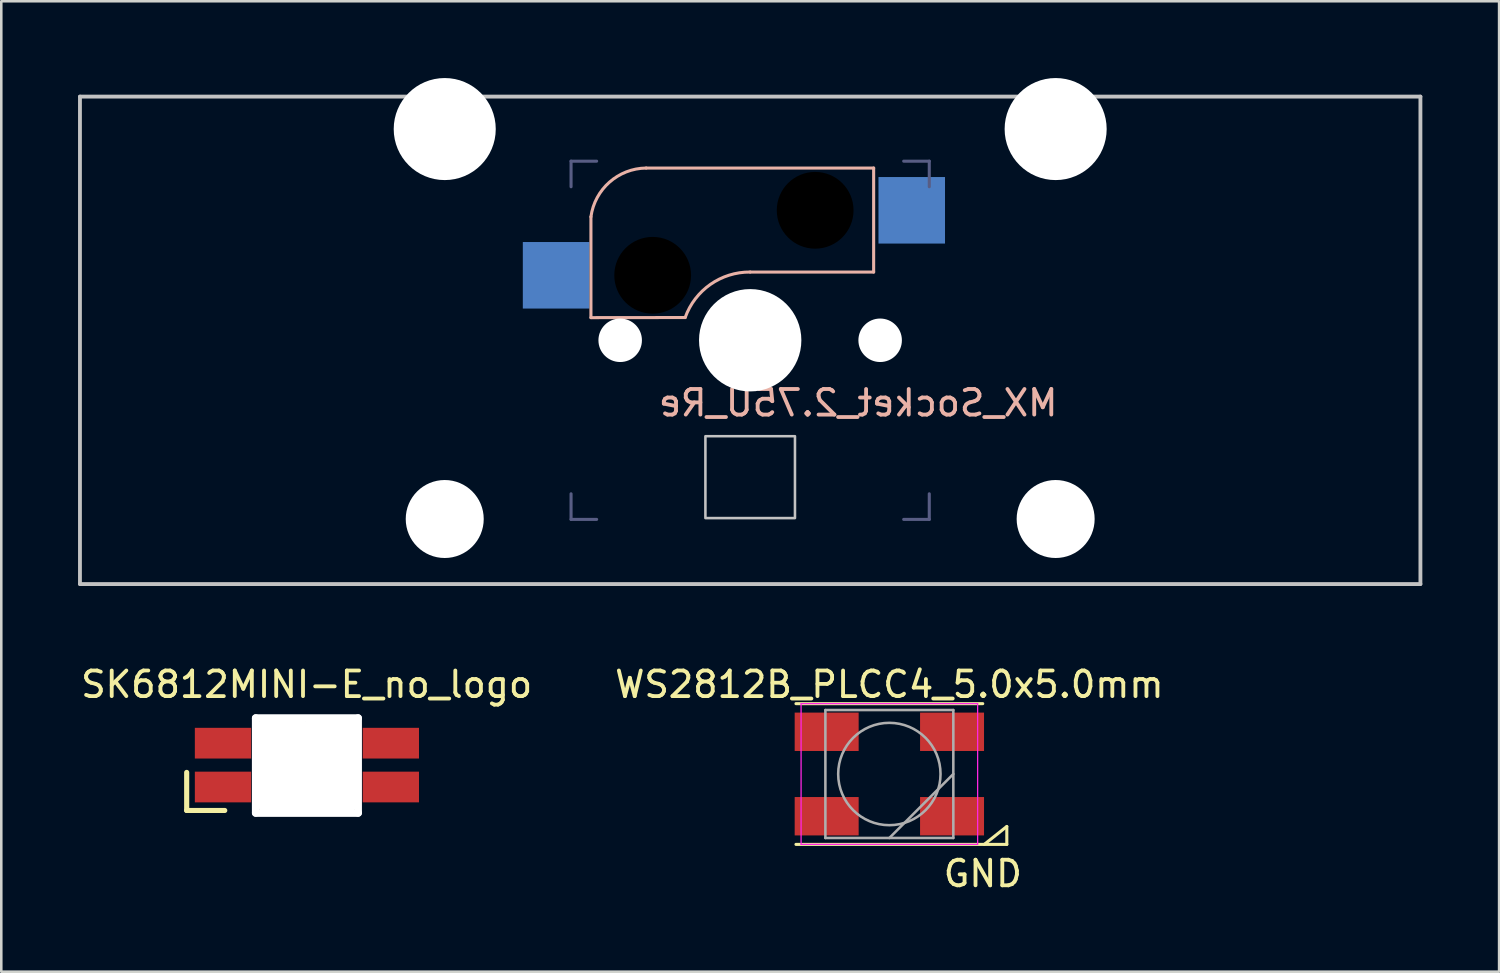
<source format=kicad_pcb>
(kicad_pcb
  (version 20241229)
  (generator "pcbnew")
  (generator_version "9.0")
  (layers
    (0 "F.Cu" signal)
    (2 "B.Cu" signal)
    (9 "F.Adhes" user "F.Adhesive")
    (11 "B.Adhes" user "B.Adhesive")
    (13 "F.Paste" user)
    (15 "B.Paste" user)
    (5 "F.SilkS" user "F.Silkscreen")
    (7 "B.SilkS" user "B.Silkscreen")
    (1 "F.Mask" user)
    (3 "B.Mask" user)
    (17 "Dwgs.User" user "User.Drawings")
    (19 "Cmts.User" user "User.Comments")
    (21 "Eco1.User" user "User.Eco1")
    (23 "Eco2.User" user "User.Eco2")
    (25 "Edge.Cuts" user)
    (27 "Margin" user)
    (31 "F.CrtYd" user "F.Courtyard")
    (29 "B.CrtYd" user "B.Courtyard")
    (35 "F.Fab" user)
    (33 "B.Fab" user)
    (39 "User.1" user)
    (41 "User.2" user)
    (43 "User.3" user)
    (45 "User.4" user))
  (footprint "MX_Socket_2.75U_Re"
    (layer "F.Cu")
    (at 26.269 10.248)
    (property "Reference" "MX_Socket_2.75U_Re" (at 4.22 2.45 0) (unlocked yes) (layer "B.SilkS") (effects (font (size 1 1) (thickness 0.15)) (justify mirror)))
    (attr smd)
    (fp_line (start -6.224 -0.884) (end -6.224 -4.825) (stroke (width 0.12) (type solid)) (layer "B.SilkS"))
    (fp_line (start -6.224 -0.884) (end -2.541 -0.888) (stroke (width 0.12) (type solid)) (layer "B.SilkS"))
    (fp_line (start -0.001 -2.666) (end 4.825 -2.666) (stroke (width 0.12) (type solid)) (layer "B.SilkS"))
    (fp_line (start 4.825 -6.73) (end -4.065 -6.73) (stroke (width 0.12) (type solid)) (layer "B.SilkS"))
    (fp_line (start 4.825 -2.666) (end 4.825 -6.73) (stroke (width 0.12) (type solid)) (layer "B.SilkS"))
    (fp_arc (start -6.224082 -4.825261) (mid -5.498787 -6.179195) (end -4.065082 -6.730261) (stroke (width 0.12) (type solid)) (layer "B.SilkS"))
    (fp_arc (start -2.541082 -0.888261) (mid -1.554773 -2.182533) (end -0.001082 -2.666261) (stroke (width 0.12) (type solid)) (layer "B.SilkS"))
    (fp_line (start -26.194 -9.522) (end 26.194 -9.522) (stroke (width 0.15) (type solid)) (layer "Dwgs.User"))
    (fp_line (start -26.194 9.528) (end -26.194 -9.522) (stroke (width 0.15) (type solid)) (layer "Dwgs.User"))
    (fp_line (start 26.194 -9.522) (end 26.194 9.528) (stroke (width 0.15) (type solid)) (layer "Dwgs.User"))
    (fp_line (start 26.194 9.528) (end -26.194 9.528) (stroke (width 0.15) (type solid)) (layer "Dwgs.User"))
    (fp_rect (start -1.75 3.75) (end 1.75 6.95) (stroke (width 0.1) (type default)) (fill no) (layer "Dwgs.User"))
    (fp_line (start -7.001 -6.999) (end -6.001 -6.999) (stroke (width 0.12) (type solid)) (layer "B.Fab"))
    (fp_line (start -7.001 -5.999) (end -7.001 -6.999) (stroke (width 0.12) (type solid)) (layer "B.Fab"))
    (fp_line (start -7.001 6.001) (end -7.001 7.001) (stroke (width 0.12) (type solid)) (layer "B.Fab"))
    (fp_line (start -7.001 7.001) (end -6.001 7.001) (stroke (width 0.12) (type solid)) (layer "B.Fab"))
    (fp_line (start 5.999 7.001) (end 6.999 7.001) (stroke (width 0.12) (type solid)) (layer "B.Fab"))
    (fp_line (start 6.999 -6.999) (end 5.999 -6.999) (stroke (width 0.12) (type solid)) (layer "B.Fab"))
    (fp_line (start 6.999 -6.999) (end 6.999 -5.999) (stroke (width 0.12) (type solid)) (layer "B.Fab"))
    (fp_line (start 6.999 7.001) (end 6.999 6.001) (stroke (width 0.12) (type solid)) (layer "B.Fab"))
    (pad "" np_thru_hole circle (at -11.938 -8.254) (size 3.988 3.988) (drill 3.988) (layers "*.Cu" "*.Mask"))
    (pad "" np_thru_hole circle (at -11.938 6.986) (size 3.048 3.048) (drill 3.048) (layers "*.Cu" "*.Mask"))
    (pad "" np_thru_hole circle (at -5.081 0.001 90) (size 1.7 1.7) (drill 1.7) (layers "*.Cu" "*.Mask"))
    (pad "" np_thru_hole circle (at -3.811 -2.539 180) (size 3 3) (drill 3) (layers "*.Mask"))
    (pad "" np_thru_hole circle (at 0 0 270) (size 4 4) (drill 4) (layers "*.Cu" "*.Mask"))
    (pad "" np_thru_hole circle (at 2.539 -5.079 180) (size 3 3) (drill 3) (layers "*.Mask"))
    (pad "" np_thru_hole circle (at 5.079 0.001 90) (size 1.7 1.7) (drill 1.7) (layers "*.Cu" "*.Mask"))
    (pad "" np_thru_hole circle (at 11.938 -8.254) (size 3.988 3.988) (drill 3.988) (layers "*.Cu" "*.Mask"))
    (pad "" np_thru_hole circle (at 11.938 6.986) (size 3.048 3.048) (drill 3.048) (layers "*.Cu" "*.Mask"))
    (pad "1" smd rect (at 6.314 -5.079 180) (size 2.6 2.6) (layers "B.Cu" "B.Mask" "B.Paste"))
    (pad "2" smd rect (at -7.586 -2.539 180) (size 2.6 2.6) (layers "B.Cu" "B.Mask" "B.Paste")))
  (footprint "WS2812B_PLCC4_5.0x5.0mm"
    (layer "F.Cu")
    (at 31.708 27.2)
    (property "Reference" "WS2812B_PLCC4_5.0x5.0mm" (at 0 -3.5 0) (layer "F.SilkS") (effects (font (size 1 1) (thickness 0.15))))
    (attr smd)
    (fp_line (start -3.65 -2.75) (end 3.65 -2.75) (stroke (width 0.12) (type solid)) (layer "F.SilkS"))
    (fp_line (start -3.65 2.75) (end 4.59 2.75) (stroke (width 0.12) (type solid)) (layer "F.SilkS"))
    (fp_line (start 4.59 2.05) (end 3.71 2.75) (stroke (width 0.12) (type default)) (layer "F.SilkS"))
    (fp_line (start 4.59 2.75) (end 4.59 2.06) (stroke (width 0.12) (type solid)) (layer "F.SilkS"))
    (fp_line (start -3.45 -2.75) (end -3.45 2.75) (stroke (width 0.05) (type solid)) (layer "F.CrtYd"))
    (fp_line (start -3.45 2.75) (end 3.45 2.75) (stroke (width 0.05) (type solid)) (layer "F.CrtYd"))
    (fp_line (start 3.45 -2.75) (end -3.45 -2.75) (stroke (width 0.05) (type solid)) (layer "F.CrtYd"))
    (fp_line (start 3.45 2.75) (end 3.45 -2.75) (stroke (width 0.05) (type solid)) (layer "F.CrtYd"))
    (fp_line (start -2.5 -2.5) (end -2.5 2.5) (stroke (width 0.1) (type solid)) (layer "F.Fab"))
    (fp_line (start -2.5 2.5) (end 2.5 2.5) (stroke (width 0.1) (type solid)) (layer "F.Fab"))
    (fp_line (start 2.5 -2.5) (end -2.5 -2.5) (stroke (width 0.1) (type solid)) (layer "F.Fab"))
    (fp_line (start 2.5 0) (end 0 2.5) (stroke (width 0.1) (type solid)) (layer "F.Fab"))
    (fp_line (start 2.5 2.5) (end 2.5 -2.5) (stroke (width 0.1) (type solid)) (layer "F.Fab"))
    (fp_circle (center 0 0) (end 0 -2) (stroke (width 0.1) (type solid)) (fill no) (layer "F.Fab"))
    (fp_text user "GND" (at 2.03 4.48 0) (layer "F.SilkS") (effects (font (size 1 1) (thickness 0.15)) (justify left bottom)))
    (pad "1" smd rect (at -2.45 -1.65) (size 2.5 1.5) (layers "F.Cu" "F.Mask" "F.Paste"))
    (pad "2" smd rect (at -2.45 1.65) (size 2.5 1.5) (layers "F.Cu" "F.Mask" "F.Paste"))
    (pad "3" smd rect (at 2.45 1.65) (size 2.5 1.5) (layers "F.Cu" "F.Mask" "F.Paste"))
    (pad "4" smd rect (at 2.45 -1.65) (size 2.5 1.5) (layers "F.Cu" "F.Mask" "F.Paste")))
  (footprint "SK6812MINI-E_no_logo"
    (layer "F.Cu")
    (at 8.945 26.865)
    (property "Reference" "SK6812MINI-E_no_logo" (at -0.01 -3.165 180) (layer "F.SilkS") (effects (font (size 1 1) (thickness 0.15))))
    (attr smd)
    (fp_line (start -4.699 0.272) (end -4.699 1.76) (stroke (width 0.2) (type solid)) (layer "F.SilkS"))
    (fp_line (start -4.699 1.76) (end -3.211 1.76) (stroke (width 0.2) (type solid)) (layer "F.SilkS"))
    (fp_rect (start -1.8 -1.8) (end 1.8 1.8) (stroke (width 0.12) (type solid)) (fill no) (layer "Eco1.User"))
    (pad "" np_thru_hole oval (at -2 0) (size 0.3 4) (drill oval 0.3 4) (layers "*.Cu" "*.Mask"))
    (pad "" np_thru_hole oval (at -1.47 0) (size 1 3.8) (drill oval 1 3.8) (layers "*.Cu" "*.Mask"))
    (pad "" np_thru_hole oval (at -1 0.05) (size 1 3.8) (drill oval 1 3.8) (layers "*.Cu" "*.Mask"))
    (pad "" np_thru_hole oval (at -0.43 0.01) (size 1 3.8) (drill oval 1 3.8) (layers "*.Cu" "*.Mask"))
    (pad "" np_thru_hole oval (at 0 -1.85 90) (size 0.3 4.3) (drill oval 0.3 4.3) (layers "*.Cu" "*.Mask"))
    (pad "" np_thru_hole oval (at 0 1.86 90) (size 0.3 4.3) (drill oval 0.3 4.3) (layers "*.Cu" "*.Mask"))
    (pad "" np_thru_hole oval (at 0.3 0.02) (size 1 3.8) (drill oval 1 3.8) (layers "*.Cu" "*.Mask"))
    (pad "" np_thru_hole oval (at 0.93 0.02) (size 1 3.8) (drill oval 1 3.8) (layers "*.Cu" "*.Mask"))
    (pad "" np_thru_hole oval (at 1.5 -0.02) (size 1 3.8) (drill oval 1 3.8) (layers "*.Cu" "*.Mask"))
    (pad "" np_thru_hole oval (at 2 0) (size 0.3 4) (drill oval 0.3 4) (layers "*.Cu" "*.Mask"))
    (pad "1" smd rect (at 3.28 -0.87) (size 2.2 1.2) (layers "F.Cu" "F.Mask" "F.Paste"))
    (pad "2" smd rect (at 3.28 0.843) (size 2.2 1.2) (layers "F.Cu" "F.Mask" "F.Paste"))
    (pad "3" smd rect (at -3.28 0.843) (size 2.2 1.2) (layers "F.Cu" "F.Mask" "F.Paste"))
    (pad "4" smd rect (at -3.28 -0.87) (size 2.2 1.2) (layers "F.Cu" "F.Mask" "F.Paste")))
  (gr_rect
    (start -3 -3)
    (end 55.538 34.926)
    (stroke (width 0.1) (type default))
    (fill no)
    (layer "Edge.Cuts")))
</source>
